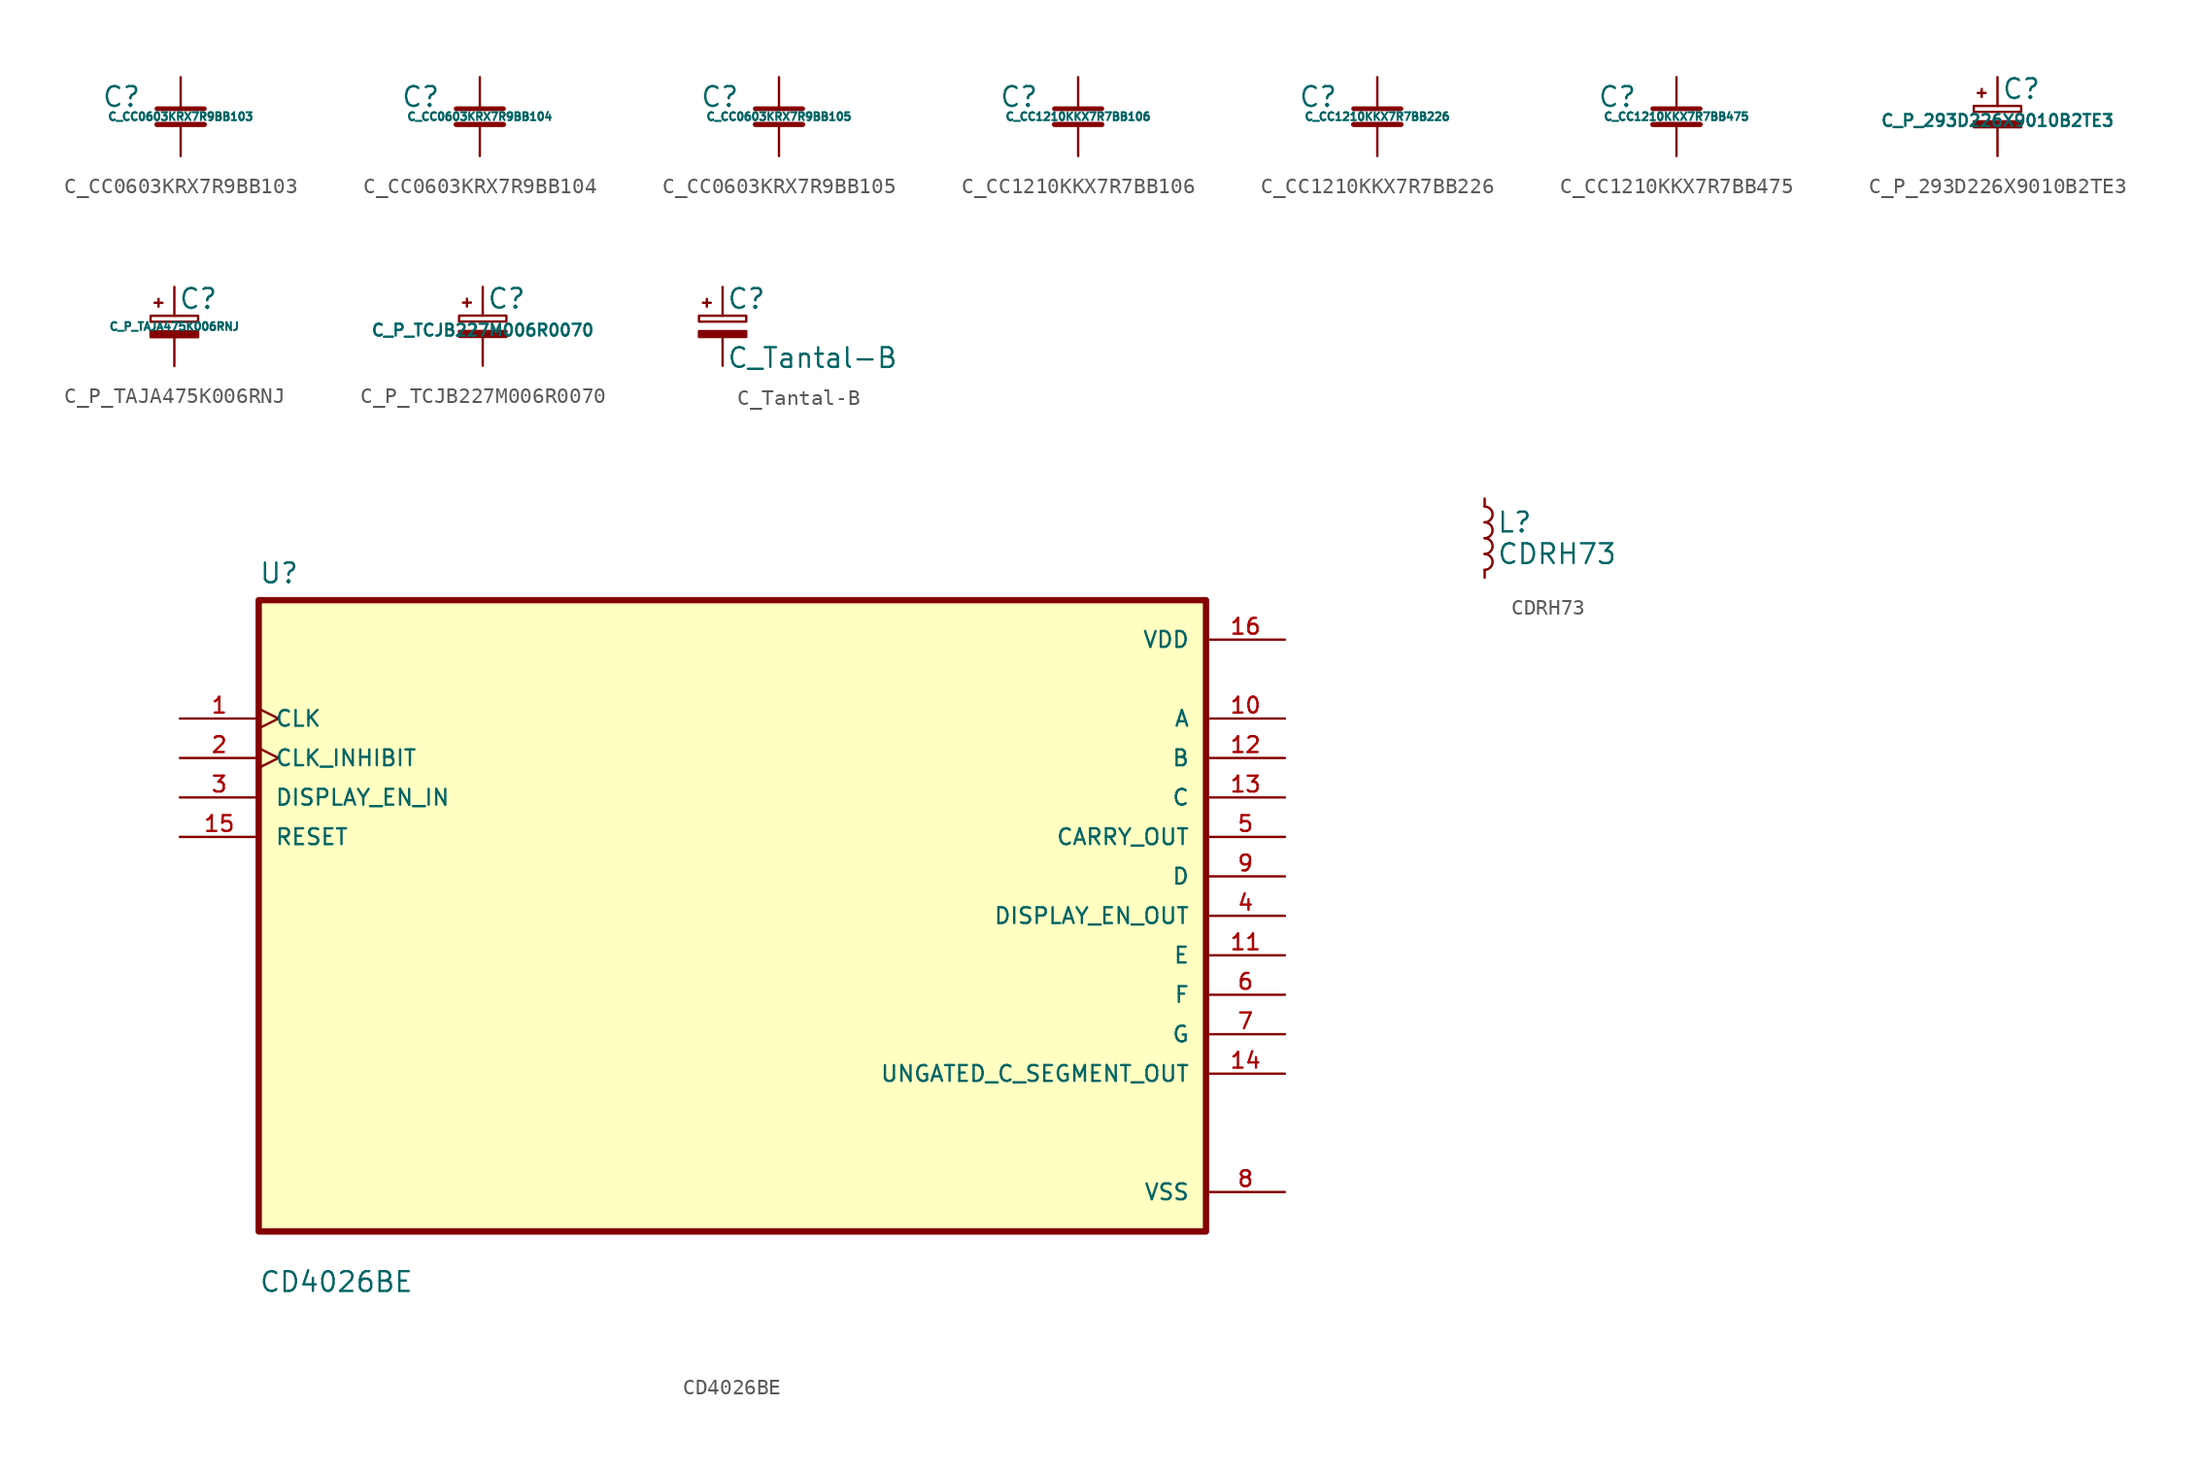
<source format=kicad_sym>
(kicad_symbol_lib
  (version 20211014)
  (generator kicad_symbol_editor)
  (symbol "C_CC0603KRX7R9BB103"
    (pin_numbers hide)
    (pin_names
      (offset 0.254) hide)
    (property "Reference" "C"
      (at -3.81 1.27 0)
      (effects (font (size 1.27 1.27))))
    (property "Value" "C_CC0603KRX7R9BB103"
      (at 0 0 0)
      (effects (font (size 0.508 0.508))))
    (symbol "C_CC0603KRX7R9BB103_0_1"
      (polyline (pts (xy -1.524 -0.508) (xy 1.524 -0.508)) (stroke (width 0.33) (type default) (color 0 0 0 0)) (fill (type none)))
      (polyline (pts (xy -1.524 0.508) (xy 1.524 0.508)) (stroke (width 0.305) (type default) (color 0 0 0 0)) (fill (type none))))
    (symbol "C_CC0603KRX7R9BB103_1_1"
      (pin passive line (at 0 2.54 270) (length 2.032) (name "~" (effects (font (size 1.27 1.27)))) (number "1" (effects (font (size 1.27 1.27)))))
      (pin passive line (at 0 -2.54 90) (length 2.032) (name "~" (effects (font (size 1.27 1.27)))) (number "2" (effects (font (size 1.27 1.27)))))))
  (symbol "C_CC0603KRX7R9BB104"
    (pin_numbers hide)
    (pin_names
      (offset 0.254) hide)
    (property "Reference" "C"
      (at -3.81 1.27 0)
      (effects (font (size 1.27 1.27))))
    (property "Value" "C_CC0603KRX7R9BB104"
      (at 0 0 0)
      (effects (font (size 0.508 0.508))))
    (symbol "C_CC0603KRX7R9BB104_0_1"
      (polyline (pts (xy -1.524 -0.508) (xy 1.524 -0.508)) (stroke (width 0.33) (type default) (color 0 0 0 0)) (fill (type none)))
      (polyline (pts (xy -1.524 0.508) (xy 1.524 0.508)) (stroke (width 0.305) (type default) (color 0 0 0 0)) (fill (type none))))
    (symbol "C_CC0603KRX7R9BB104_1_1"
      (pin passive line (at 0 2.54 270) (length 2.032) (name "~" (effects (font (size 1.27 1.27)))) (number "1" (effects (font (size 1.27 1.27)))))
      (pin passive line (at 0 -2.54 90) (length 2.032) (name "~" (effects (font (size 1.27 1.27)))) (number "2" (effects (font (size 1.27 1.27)))))))
  (symbol "C_CC0603KRX7R9BB105"
    (pin_numbers hide)
    (pin_names
      (offset 0.254) hide)
    (property "Reference" "C"
      (at -3.81 1.27 0)
      (effects (font (size 1.27 1.27))))
    (property "Value" "C_CC0603KRX7R9BB105"
      (at 0 0 0)
      (effects (font (size 0.508 0.508))))
    (symbol "C_CC0603KRX7R9BB105_0_1"
      (polyline (pts (xy -1.524 -0.508) (xy 1.524 -0.508)) (stroke (width 0.33) (type default) (color 0 0 0 0)) (fill (type none)))
      (polyline (pts (xy -1.524 0.508) (xy 1.524 0.508)) (stroke (width 0.305) (type default) (color 0 0 0 0)) (fill (type none))))
    (symbol "C_CC0603KRX7R9BB105_1_1"
      (pin passive line (at 0 2.54 270) (length 2.032) (name "~" (effects (font (size 1.27 1.27)))) (number "1" (effects (font (size 1.27 1.27)))))
      (pin passive line (at 0 -2.54 90) (length 2.032) (name "~" (effects (font (size 1.27 1.27)))) (number "2" (effects (font (size 1.27 1.27)))))))
  (symbol "C_CC1210KKX7R7BB106"
    (pin_numbers hide)
    (pin_names
      (offset 0.254) hide)
    (property "Reference" "C"
      (at -3.81 1.27 0)
      (effects (font (size 1.27 1.27))))
    (property "Value" "C_CC1210KKX7R7BB106"
      (at 0 0 0)
      (effects (font (size 0.508 0.508))))
    (symbol "C_CC1210KKX7R7BB106_0_1"
      (polyline (pts (xy -1.524 -0.508) (xy 1.524 -0.508)) (stroke (width 0.33) (type default) (color 0 0 0 0)) (fill (type none)))
      (polyline (pts (xy -1.524 0.508) (xy 1.524 0.508)) (stroke (width 0.305) (type default) (color 0 0 0 0)) (fill (type none))))
    (symbol "C_CC1210KKX7R7BB106_1_1"
      (pin passive line (at 0 2.54 270) (length 2.032) (name "~" (effects (font (size 1.27 1.27)))) (number "1" (effects (font (size 1.27 1.27)))))
      (pin passive line (at 0 -2.54 90) (length 2.032) (name "~" (effects (font (size 1.27 1.27)))) (number "2" (effects (font (size 1.27 1.27)))))))
  (symbol "C_CC1210KKX7R7BB226"
    (pin_numbers hide)
    (pin_names
      (offset 0.254) hide)
    (property "Reference" "C"
      (at -3.81 1.27 0)
      (effects (font (size 1.27 1.27))))
    (property "Value" "C_CC1210KKX7R7BB226"
      (at 0 0 0)
      (effects (font (size 0.508 0.508))))
    (symbol "C_CC1210KKX7R7BB226_0_1"
      (polyline (pts (xy -1.524 -0.508) (xy 1.524 -0.508)) (stroke (width 0.33) (type default) (color 0 0 0 0)) (fill (type none)))
      (polyline (pts (xy -1.524 0.508) (xy 1.524 0.508)) (stroke (width 0.305) (type default) (color 0 0 0 0)) (fill (type none))))
    (symbol "C_CC1210KKX7R7BB226_1_1"
      (pin passive line (at 0 2.54 270) (length 2.032) (name "~" (effects (font (size 1.27 1.27)))) (number "1" (effects (font (size 1.27 1.27)))))
      (pin passive line (at 0 -2.54 90) (length 2.032) (name "~" (effects (font (size 1.27 1.27)))) (number "2" (effects (font (size 1.27 1.27)))))))
  (symbol "C_CC1210KKX7R7BB475"
    (pin_numbers hide)
    (pin_names
      (offset 0.254) hide)
    (property "Reference" "C"
      (at -3.81 1.27 0)
      (effects (font (size 1.27 1.27))))
    (property "Value" "C_CC1210KKX7R7BB475"
      (at 0 0 0)
      (effects (font (size 0.508 0.508))))
    (symbol "C_CC1210KKX7R7BB475_0_1"
      (polyline (pts (xy -1.524 -0.508) (xy 1.524 -0.508)) (stroke (width 0.33) (type default) (color 0 0 0 0)) (fill (type none)))
      (polyline (pts (xy -1.524 0.508) (xy 1.524 0.508)) (stroke (width 0.305) (type default) (color 0 0 0 0)) (fill (type none))))
    (symbol "C_CC1210KKX7R7BB475_1_1"
      (pin passive line (at 0 2.54 270) (length 2.032) (name "~" (effects (font (size 1.27 1.27)))) (number "1" (effects (font (size 1.27 1.27)))))
      (pin passive line (at 0 -2.54 90) (length 2.032) (name "~" (effects (font (size 1.27 1.27)))) (number "2" (effects (font (size 1.27 1.27)))))))
  (symbol "C_P_293D226X9010B2TE3"
    (pin_numbers hide)
    (pin_names
      (offset 0.254) hide)
    (property "Reference" "C"
      (at 0.254 1.778 0)
      (effects (font (size 1.27 1.27)) (justify left)))
    (property "Value" "C_P_293D226X9010B2TE3"
      (at 0 -0.254 0)
      (effects (font (size 0.762 0.762))))
    (symbol "C_P_293D226X9010B2TE3_0_1"
      (rectangle (start -1.524 -0.305) (end 1.524 -0.686) (stroke (width 0) (type default) (color 0 0 0 0)) (fill (type outline)))
      (rectangle (start -1.524 0.686) (end 1.524 0.305) (stroke (width 0) (type default) (color 0 0 0 0)) (fill (type none)))
      (polyline (pts (xy -1.27 1.524) (xy -0.762 1.524)) (stroke (width 0) (type default) (color 0 0 0 0)) (fill (type none)))
      (polyline (pts (xy -1.016 1.27) (xy -1.016 1.778)) (stroke (width 0) (type default) (color 0 0 0 0)) (fill (type none))))
    (symbol "C_P_293D226X9010B2TE3_1_1"
      (pin passive line (at 0 2.54 270) (length 1.854) (name "~" (effects (font (size 1.27 1.27)))) (number "1" (effects (font (size 1.27 1.27)))))
      (pin passive line (at 0 -2.54 90) (length 1.854) (name "~" (effects (font (size 1.27 1.27)))) (number "2" (effects (font (size 1.27 1.27)))))))
  (symbol "C_P_TAJA475K006RNJ"
    (pin_numbers hide)
    (pin_names
      (offset 0.254) hide)
    (property "Reference" "C"
      (at 0.254 1.778 0)
      (effects (font (size 1.27 1.27)) (justify left)))
    (property "Value" "C_P_TAJA475K006RNJ"
      (at 0 0 0)
      (effects (font (size 0.508 0.508))))
    (symbol "C_P_TAJA475K006RNJ_0_1"
      (rectangle (start -1.524 -0.305) (end 1.524 -0.686) (stroke (width 0) (type default) (color 0 0 0 0)) (fill (type outline)))
      (rectangle (start -1.524 0.686) (end 1.524 0.305) (stroke (width 0) (type default) (color 0 0 0 0)) (fill (type none)))
      (polyline (pts (xy -1.27 1.524) (xy -0.762 1.524)) (stroke (width 0) (type default) (color 0 0 0 0)) (fill (type none)))
      (polyline (pts (xy -1.016 1.27) (xy -1.016 1.778)) (stroke (width 0) (type default) (color 0 0 0 0)) (fill (type none))))
    (symbol "C_P_TAJA475K006RNJ_1_1"
      (pin passive line (at 0 2.54 270) (length 1.854) (name "~" (effects (font (size 1.27 1.27)))) (number "1" (effects (font (size 1.27 1.27)))))
      (pin passive line (at 0 -2.54 90) (length 1.854) (name "~" (effects (font (size 1.27 1.27)))) (number "2" (effects (font (size 1.27 1.27)))))))
  (symbol "C_P_TCJB227M006R0070"
    (pin_numbers hide)
    (pin_names
      (offset 0.254) hide)
    (property "Reference" "C"
      (at 0.254 1.778 0)
      (effects (font (size 1.27 1.27)) (justify left)))
    (property "Value" "C_P_TCJB227M006R0070"
      (at 0 -0.254 0)
      (effects (font (size 0.762 0.762))))
    (symbol "C_P_TCJB227M006R0070_0_1"
      (rectangle (start -1.524 -0.305) (end 1.524 -0.686) (stroke (width 0) (type default) (color 0 0 0 0)) (fill (type outline)))
      (rectangle (start -1.524 0.686) (end 1.524 0.305) (stroke (width 0) (type default) (color 0 0 0 0)) (fill (type none)))
      (polyline (pts (xy -1.27 1.524) (xy -0.762 1.524)) (stroke (width 0) (type default) (color 0 0 0 0)) (fill (type none)))
      (polyline (pts (xy -1.016 1.27) (xy -1.016 1.778)) (stroke (width 0) (type default) (color 0 0 0 0)) (fill (type none))))
    (symbol "C_P_TCJB227M006R0070_1_1"
      (pin passive line (at 0 2.54 270) (length 1.854) (name "~" (effects (font (size 1.27 1.27)))) (number "1" (effects (font (size 1.27 1.27)))))
      (pin passive line (at 0 -2.54 90) (length 1.854) (name "~" (effects (font (size 1.27 1.27)))) (number "2" (effects (font (size 1.27 1.27)))))))
  (symbol "C_Tantal-B"
    (pin_numbers hide)
    (pin_names
      (offset 0.254) hide)
    (property "Reference" "C"
      (at 0.254 1.778 0)
      (effects (font (size 1.27 1.27)) (justify left)))
    (property "Value" "C_Tantal-B"
      (at 0.254 -2.032 0)
      (effects (font (size 1.27 1.27)) (justify left)))
    (symbol "C_Tantal-B_0_1"
      (rectangle (start -1.524 -0.305) (end 1.524 -0.686) (stroke (width 0) (type default) (color 0 0 0 0)) (fill (type outline)))
      (rectangle (start -1.524 0.686) (end 1.524 0.305) (stroke (width 0) (type default) (color 0 0 0 0)) (fill (type none)))
      (polyline (pts (xy -1.27 1.524) (xy -0.762 1.524)) (stroke (width 0) (type default) (color 0 0 0 0)) (fill (type none)))
      (polyline (pts (xy -1.016 1.27) (xy -1.016 1.778)) (stroke (width 0) (type default) (color 0 0 0 0)) (fill (type none))))
    (symbol "C_Tantal-B_1_1"
      (pin passive line (at 0 2.54 270) (length 1.854) (name "~" (effects (font (size 1.27 1.27)))) (number "1" (effects (font (size 1.27 1.27)))))
      (pin passive line (at 0 -2.54 90) (length 1.854) (name "~" (effects (font (size 1.27 1.27)))) (number "2" (effects (font (size 1.27 1.27)))))))
  (symbol "CD4026BE"
    (pin_names
      (offset 1.016))
    (property "Reference" "U"
      (at -30.48 21.311 0)
      (effects (font (size 1.27 1.27)) (justify left bottom)))
    (property "Value" "CD4026BE"
      (at -30.48 -24.308 0)
      (effects (font (size 1.27 1.27)) (justify left bottom)))
    (symbol "CD4026BE_0_0"
      (rectangle (start -30.48 -20.32) (end 30.48 20.32) (stroke (width 0.406) (type default) (color 0 0 0 0)) (fill (type background)))
      (pin input clock (at -35.56 12.7 0) (length 5.08) (name "CLK" (effects (font (size 1.016 1.016)))) (number "1" (effects (font (size 1.016 1.016)))))
      (pin output line (at 35.56 12.7 180) (length 5.08) (name "A" (effects (font (size 1.016 1.016)))) (number "10" (effects (font (size 1.016 1.016)))))
      (pin output line (at 35.56 -2.54 180) (length 5.08) (name "E" (effects (font (size 1.016 1.016)))) (number "11" (effects (font (size 1.016 1.016)))))
      (pin output line (at 35.56 10.16 180) (length 5.08) (name "B" (effects (font (size 1.016 1.016)))) (number "12" (effects (font (size 1.016 1.016)))))
      (pin output line (at 35.56 7.62 180) (length 5.08) (name "C" (effects (font (size 1.016 1.016)))) (number "13" (effects (font (size 1.016 1.016)))))
      (pin output line (at 35.56 -10.16 180) (length 5.08) (name "UNGATED_C_SEGMENT_OUT" (effects (font (size 1.016 1.016)))) (number "14" (effects (font (size 1.016 1.016)))))
      (pin input line (at -35.56 5.08 0) (length 5.08) (name "RESET" (effects (font (size 1.016 1.016)))) (number "15" (effects (font (size 1.016 1.016)))))
      (pin power_in line (at 35.56 17.78 180) (length 5.08) (name "VDD" (effects (font (size 1.016 1.016)))) (number "16" (effects (font (size 1.016 1.016)))))
      (pin input clock (at -35.56 10.16 0) (length 5.08) (name "CLK_INHIBIT" (effects (font (size 1.016 1.016)))) (number "2" (effects (font (size 1.016 1.016)))))
      (pin input line (at -35.56 7.62 0) (length 5.08) (name "DISPLAY_EN_IN" (effects (font (size 1.016 1.016)))) (number "3" (effects (font (size 1.016 1.016)))))
      (pin output line (at 35.56 0 180) (length 5.08) (name "DISPLAY_EN_OUT" (effects (font (size 1.016 1.016)))) (number "4" (effects (font (size 1.016 1.016)))))
      (pin output line (at 35.56 5.08 180) (length 5.08) (name "CARRY_OUT" (effects (font (size 1.016 1.016)))) (number "5" (effects (font (size 1.016 1.016)))))
      (pin output line (at 35.56 -5.08 180) (length 5.08) (name "F" (effects (font (size 1.016 1.016)))) (number "6" (effects (font (size 1.016 1.016)))))
      (pin output line (at 35.56 -7.62 180) (length 5.08) (name "G" (effects (font (size 1.016 1.016)))) (number "7" (effects (font (size 1.016 1.016)))))
      (pin power_in line (at 35.56 -17.78 180) (length 5.08) (name "VSS" (effects (font (size 1.016 1.016)))) (number "8" (effects (font (size 1.016 1.016)))))
      (pin output line (at 35.56 2.54 180) (length 5.08) (name "D" (effects (font (size 1.016 1.016)))) (number "9" (effects (font (size 1.016 1.016)))))))
  (symbol "CDRH73"
    (pin_numbers hide)
    (pin_names
      (offset 0.254) hide)
    (property "Reference" "L"
      (at 0.762 1.016 0)
      (effects (font (size 1.27 1.27)) (justify left)))
    (property "Value" "CDRH73"
      (at 0.762 -1.016 0)
      (effects (font (size 1.27 1.27)) (justify left)))
    (symbol "CDRH73_0_1"
      (arc (start 0 -2.032) (mid 0.508 -1.524) (end 0 -1.016) (stroke (width 0) (type default) (color 0 0 0 0)) (fill (type none)))
      (arc (start 0 -1.016) (mid 0.508 -0.508) (end 0 0) (stroke (width 0) (type default) (color 0 0 0 0)) (fill (type none)))
      (arc (start 0 0) (mid 0.508 0.508) (end 0 1.016) (stroke (width 0) (type default) (color 0 0 0 0)) (fill (type none)))
      (arc (start 0 1.016) (mid 0.508 1.524) (end 0 2.032) (stroke (width 0) (type default) (color 0 0 0 0)) (fill (type none))))
    (symbol "CDRH73_1_1"
      (pin passive line (at 0 2.54 270) (length 0.508) (name "~" (effects (font (size 1.27 1.27)))) (number "1" (effects (font (size 1.27 1.27)))))
      (pin passive line (at 0 -2.54 90) (length 0.508) (name "~" (effects (font (size 1.27 1.27)))) (number "2" (effects (font (size 1.27 1.27))))))))
</source>
